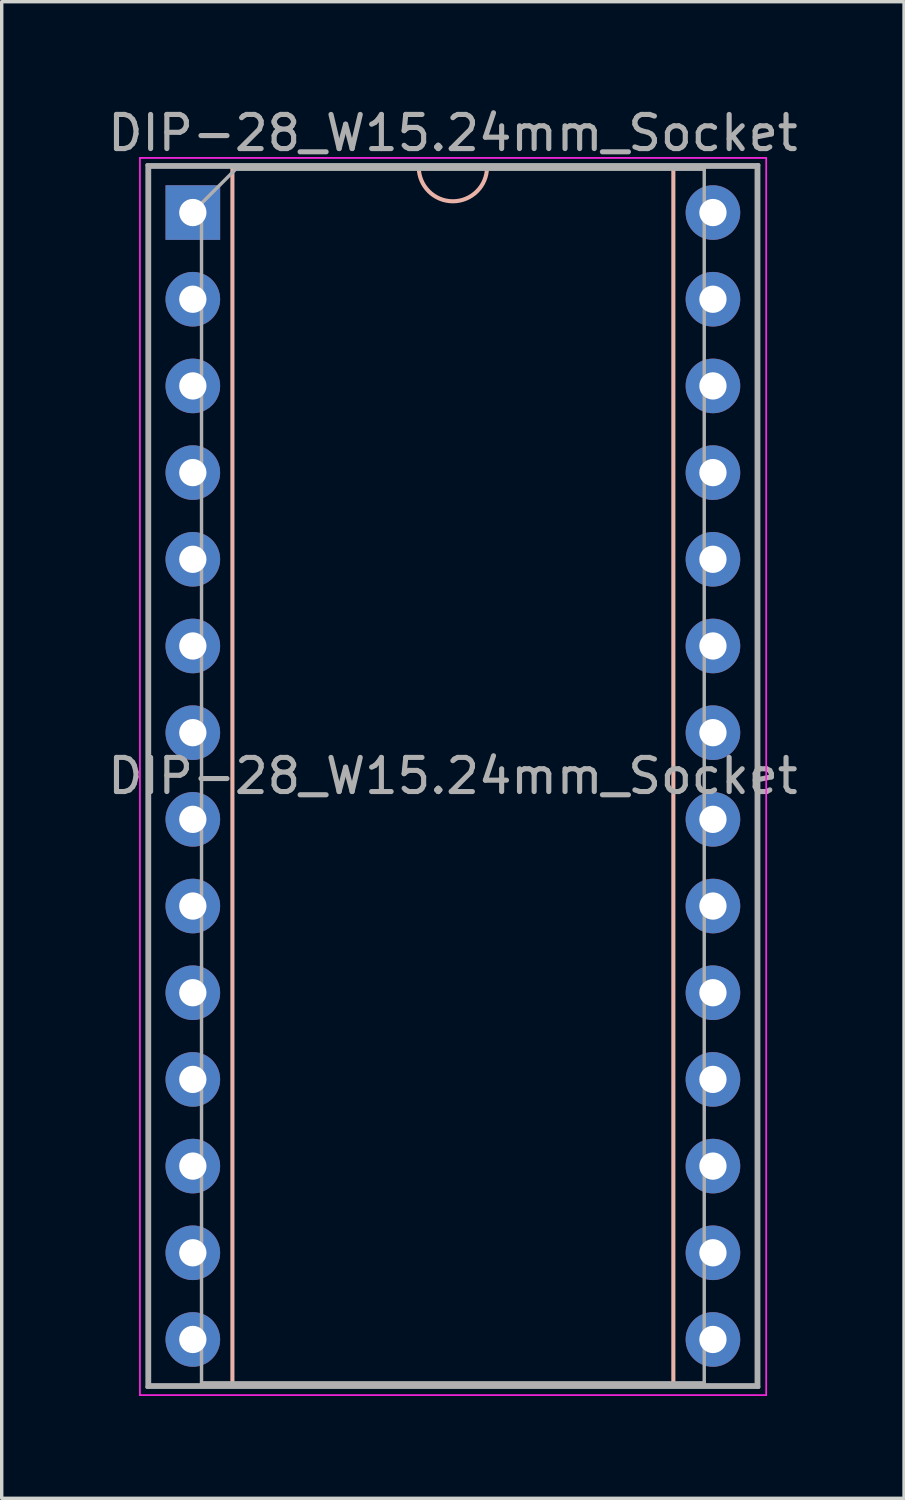
<source format=kicad_pcb>
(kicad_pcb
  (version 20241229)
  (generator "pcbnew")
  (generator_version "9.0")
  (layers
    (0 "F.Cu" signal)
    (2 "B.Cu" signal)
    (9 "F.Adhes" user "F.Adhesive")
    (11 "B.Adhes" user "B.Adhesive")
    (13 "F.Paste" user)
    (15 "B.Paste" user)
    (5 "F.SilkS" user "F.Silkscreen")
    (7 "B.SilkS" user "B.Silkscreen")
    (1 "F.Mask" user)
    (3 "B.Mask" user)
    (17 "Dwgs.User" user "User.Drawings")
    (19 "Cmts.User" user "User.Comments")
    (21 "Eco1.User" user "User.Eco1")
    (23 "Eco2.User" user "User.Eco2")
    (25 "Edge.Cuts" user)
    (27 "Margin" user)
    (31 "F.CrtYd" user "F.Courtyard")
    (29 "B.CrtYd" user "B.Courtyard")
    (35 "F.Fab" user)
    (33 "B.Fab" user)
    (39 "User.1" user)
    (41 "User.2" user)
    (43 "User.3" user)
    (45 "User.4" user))
  (footprint "DIP-28_W15.24mm_Socket"
    (layer "F.Cu")
    (at 2.6 3.178)
    (property "Reference" "DIP-28_W15.24mm_Socket" (at 7.62 -2.33 0) (layer "F.Fab") (effects (font (size 1 1) (thickness 0.15))))
    (attr through_hole)
    (fp_line (start 1.16 -1.33) (end 1.16 34.35) (stroke (width 0.12) (type solid)) (layer "B.SilkS"))
    (fp_line (start 1.16 34.35) (end 14.08 34.35) (stroke (width 0.12) (type solid)) (layer "B.SilkS"))
    (fp_line (start 6.62 -1.33) (end 1.16 -1.33) (stroke (width 0.12) (type solid)) (layer "B.SilkS"))
    (fp_line (start 14.08 -1.33) (end 8.62 -1.33) (stroke (width 0.12) (type solid)) (layer "B.SilkS"))
    (fp_line (start 14.08 34.35) (end 14.08 -1.33) (stroke (width 0.12) (type solid)) (layer "B.SilkS"))
    (fp_arc (start 8.62 -1.33) (mid 7.62 -0.33) (end 6.62 -1.33) (stroke (width 0.12) (type solid)) (layer "B.SilkS"))
    (fp_line (start -1.55 -1.6) (end -1.55 34.65) (stroke (width 0.05) (type solid)) (layer "F.CrtYd"))
    (fp_line (start -1.55 34.65) (end 16.8 34.65) (stroke (width 0.05) (type solid)) (layer "F.CrtYd"))
    (fp_line (start 16.8 -1.6) (end -1.55 -1.6) (stroke (width 0.05) (type solid)) (layer "F.CrtYd"))
    (fp_line (start 16.8 34.65) (end 16.8 -1.6) (stroke (width 0.05) (type solid)) (layer "F.CrtYd"))
    (fp_line (start -1.33 -1.39) (end -1.33 34.41) (stroke (width 0.12) (type solid)) (layer "F.Fab"))
    (fp_line (start -1.33 34.41) (end 16.57 34.41) (stroke (width 0.12) (type solid)) (layer "F.Fab"))
    (fp_line (start -1.27 -1.33) (end -1.27 34.35) (stroke (width 0.1) (type solid)) (layer "F.Fab"))
    (fp_line (start -1.27 34.35) (end 16.51 34.35) (stroke (width 0.1) (type solid)) (layer "F.Fab"))
    (fp_line (start 0.255 -0.27) (end 1.255 -1.27) (stroke (width 0.1) (type solid)) (layer "F.Fab"))
    (fp_line (start 0.255 34.29) (end 0.255 -0.27) (stroke (width 0.1) (type solid)) (layer "F.Fab"))
    (fp_line (start 1.16 34.35) (end 14.08 34.35) (stroke (width 0.12) (type solid)) (layer "F.Fab"))
    (fp_line (start 1.255 -1.27) (end 14.985 -1.27) (stroke (width 0.1) (type solid)) (layer "F.Fab"))
    (fp_line (start 14.985 -1.27) (end 14.985 34.29) (stroke (width 0.1) (type solid)) (layer "F.Fab"))
    (fp_line (start 14.985 34.29) (end 0.255 34.29) (stroke (width 0.1) (type solid)) (layer "F.Fab"))
    (fp_line (start 16.51 -1.33) (end -1.27 -1.33) (stroke (width 0.1) (type solid)) (layer "F.Fab"))
    (fp_line (start 16.51 34.35) (end 16.51 -1.33) (stroke (width 0.1) (type solid)) (layer "F.Fab"))
    (fp_line (start 16.57 -1.39) (end -1.33 -1.39) (stroke (width 0.12) (type solid)) (layer "F.Fab"))
    (fp_line (start 16.57 34.41) (end 16.57 -1.39) (stroke (width 0.12) (type solid)) (layer "F.Fab"))
    (fp_text user "${REFERENCE}" (at 7.62 16.51 0) (layer "F.Fab") (effects (font (size 1 1) (thickness 0.15))))
    (pad "1" thru_hole rect (at 0 0) (size 1.6 1.6) (drill 0.8) (layers "*.Cu" "*.Mask"))
    (pad "2" thru_hole oval (at 0 2.54) (size 1.6 1.6) (drill 0.8) (layers "*.Cu" "*.Mask"))
    (pad "3" thru_hole oval (at 0 5.08) (size 1.6 1.6) (drill 0.8) (layers "*.Cu" "*.Mask"))
    (pad "4" thru_hole oval (at 0 7.62) (size 1.6 1.6) (drill 0.8) (layers "*.Cu" "*.Mask"))
    (pad "5" thru_hole oval (at 0 10.16) (size 1.6 1.6) (drill 0.8) (layers "*.Cu" "*.Mask"))
    (pad "6" thru_hole oval (at 0 12.7) (size 1.6 1.6) (drill 0.8) (layers "*.Cu" "*.Mask"))
    (pad "7" thru_hole oval (at 0 15.24) (size 1.6 1.6) (drill 0.8) (layers "*.Cu" "*.Mask"))
    (pad "8" thru_hole oval (at 0 17.78) (size 1.6 1.6) (drill 0.8) (layers "*.Cu" "*.Mask"))
    (pad "9" thru_hole oval (at 0 20.32) (size 1.6 1.6) (drill 0.8) (layers "*.Cu" "*.Mask"))
    (pad "10" thru_hole oval (at 0 22.86) (size 1.6 1.6) (drill 0.8) (layers "*.Cu" "*.Mask"))
    (pad "11" thru_hole oval (at 0 25.4) (size 1.6 1.6) (drill 0.8) (layers "*.Cu" "*.Mask"))
    (pad "12" thru_hole oval (at 0 27.94) (size 1.6 1.6) (drill 0.8) (layers "*.Cu" "*.Mask"))
    (pad "13" thru_hole oval (at 0 30.48) (size 1.6 1.6) (drill 0.8) (layers "*.Cu" "*.Mask"))
    (pad "14" thru_hole oval (at 0 33.02) (size 1.6 1.6) (drill 0.8) (layers "*.Cu" "*.Mask"))
    (pad "15" thru_hole oval (at 15.24 33.02) (size 1.6 1.6) (drill 0.8) (layers "*.Cu" "*.Mask"))
    (pad "16" thru_hole oval (at 15.24 30.48) (size 1.6 1.6) (drill 0.8) (layers "*.Cu" "*.Mask"))
    (pad "17" thru_hole oval (at 15.24 27.94) (size 1.6 1.6) (drill 0.8) (layers "*.Cu" "*.Mask"))
    (pad "18" thru_hole oval (at 15.24 25.4) (size 1.6 1.6) (drill 0.8) (layers "*.Cu" "*.Mask"))
    (pad "19" thru_hole oval (at 15.24 22.86) (size 1.6 1.6) (drill 0.8) (layers "*.Cu" "*.Mask"))
    (pad "20" thru_hole oval (at 15.24 20.32) (size 1.6 1.6) (drill 0.8) (layers "*.Cu" "*.Mask"))
    (pad "21" thru_hole oval (at 15.24 17.78) (size 1.6 1.6) (drill 0.8) (layers "*.Cu" "*.Mask"))
    (pad "22" thru_hole oval (at 15.24 15.24) (size 1.6 1.6) (drill 0.8) (layers "*.Cu" "*.Mask"))
    (pad "23" thru_hole oval (at 15.24 12.7) (size 1.6 1.6) (drill 0.8) (layers "*.Cu" "*.Mask"))
    (pad "24" thru_hole oval (at 15.24 10.16) (size 1.6 1.6) (drill 0.8) (layers "*.Cu" "*.Mask"))
    (pad "25" thru_hole oval (at 15.24 7.62) (size 1.6 1.6) (drill 0.8) (layers "*.Cu" "*.Mask"))
    (pad "26" thru_hole oval (at 15.24 5.08) (size 1.6 1.6) (drill 0.8) (layers "*.Cu" "*.Mask"))
    (pad "27" thru_hole oval (at 15.24 2.54) (size 1.6 1.6) (drill 0.8) (layers "*.Cu" "*.Mask"))
    (pad "28" thru_hole oval (at 15.24 0) (size 1.6 1.6) (drill 0.8) (layers "*.Cu" "*.Mask")))
  (gr_rect
    (start -3 -3)
    (end 23.44 40.853)
    (stroke (width 0.1) (type default))
    (fill no)
    (layer "Edge.Cuts")))
</source>
